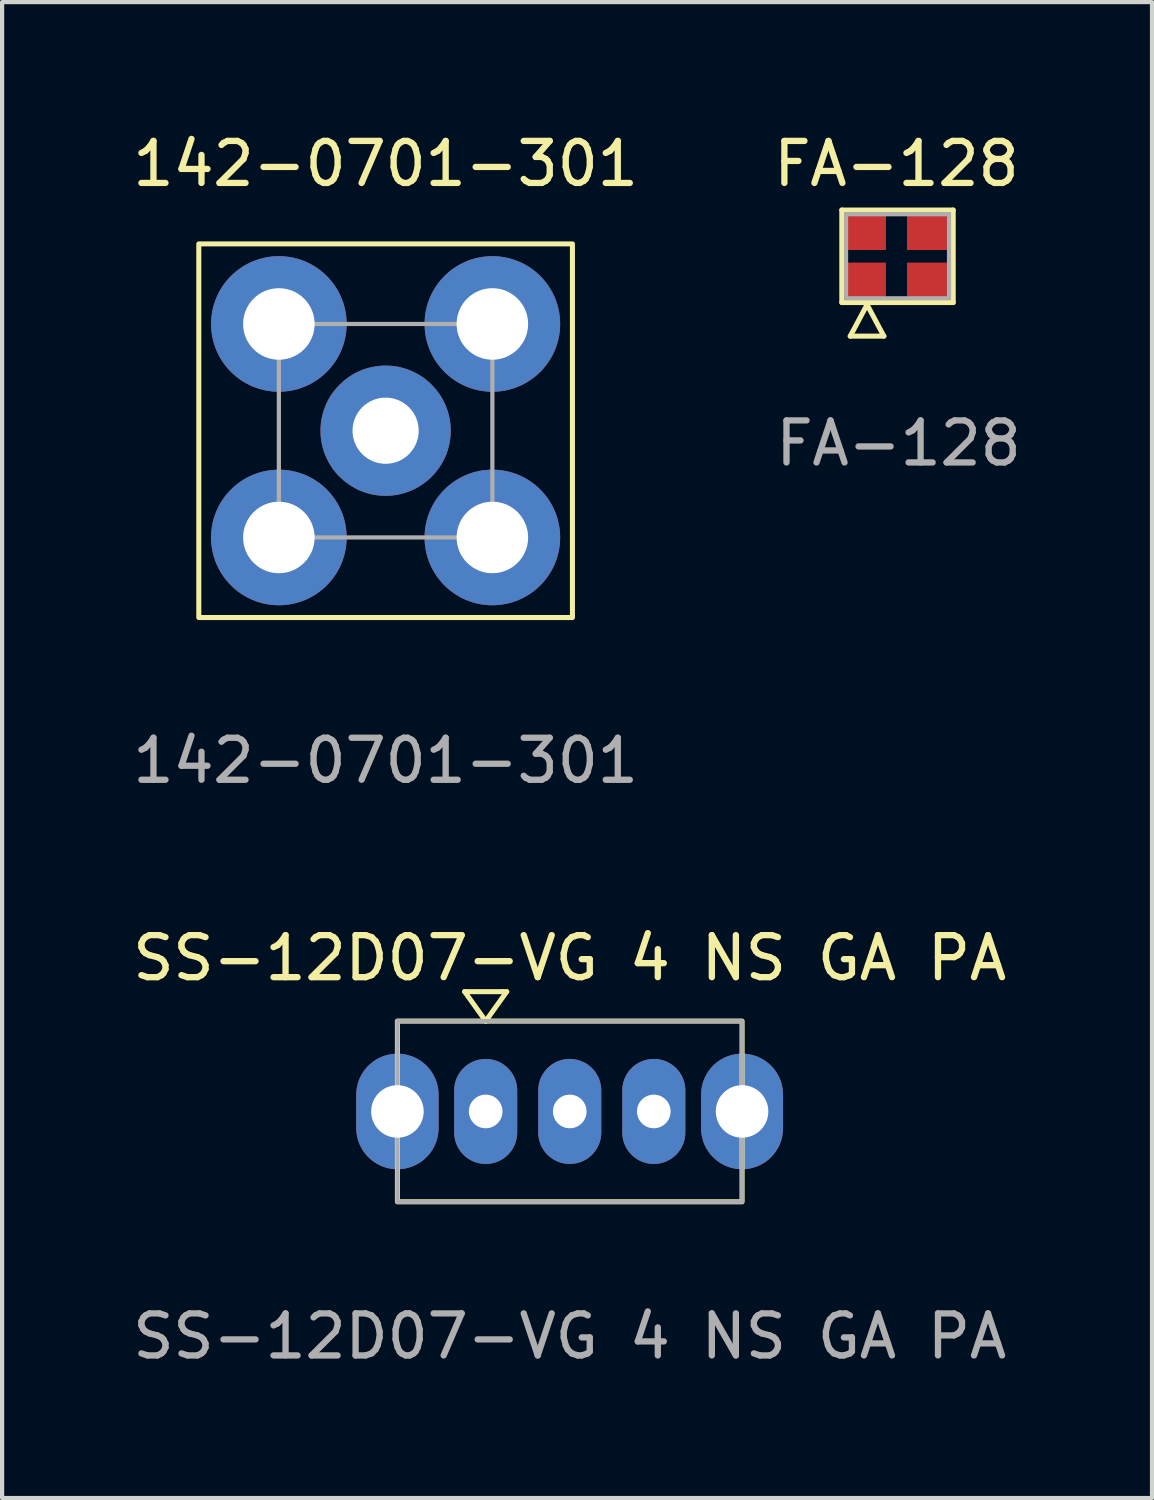
<source format=kicad_pcb>
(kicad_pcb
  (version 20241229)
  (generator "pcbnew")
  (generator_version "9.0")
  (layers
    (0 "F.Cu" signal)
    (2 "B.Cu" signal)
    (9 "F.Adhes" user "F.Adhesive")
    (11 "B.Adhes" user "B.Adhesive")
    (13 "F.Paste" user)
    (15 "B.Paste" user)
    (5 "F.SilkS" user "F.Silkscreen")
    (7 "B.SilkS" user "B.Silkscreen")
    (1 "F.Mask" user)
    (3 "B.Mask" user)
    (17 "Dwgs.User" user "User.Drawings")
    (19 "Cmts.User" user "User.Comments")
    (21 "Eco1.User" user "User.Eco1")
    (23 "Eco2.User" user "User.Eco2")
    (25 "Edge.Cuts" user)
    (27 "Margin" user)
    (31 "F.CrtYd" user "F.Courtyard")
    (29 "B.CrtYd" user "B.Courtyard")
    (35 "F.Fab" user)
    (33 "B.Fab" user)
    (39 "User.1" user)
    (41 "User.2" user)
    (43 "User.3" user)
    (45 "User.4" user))
  (footprint "142-0701-301"
    (layer "F.Cu")
    (at 6.125 7.198)
    (property "Reference" "142-0701-301" (at 0 -6.35 0) (unlocked yes) (layer "F.SilkS") (effects (font (size 1 1) (thickness 0.15))))
    (attr through_hole)
    (fp_rect (start -4.445 -4.445) (end 4.445 4.445) (stroke (width 0.12) (type solid)) (fill no) (layer "F.SilkS"))
    (fp_rect (start -2.54 -2.54) (end 2.54 2.54) (stroke (width 0.1) (type solid)) (fill no) (layer "F.Fab"))
    (fp_text user "${REFERENCE}" (at 0 7.85 0) (unlocked yes) (layer "F.Fab") (effects (font (size 1 1) (thickness 0.15))))
    (pad "" thru_hole circle (at -2.54 -2.54) (size 3.226 3.226) (drill 1.702) (layers "*.Cu" "*.Mask"))
    (pad "" thru_hole circle (at -2.54 2.54) (size 3.226 3.226) (drill 1.702) (layers "*.Cu" "*.Mask"))
    (pad "" thru_hole circle (at 2.54 -2.54) (size 3.226 3.226) (drill 1.702) (layers "*.Cu" "*.Mask"))
    (pad "" thru_hole circle (at 2.54 2.54) (size 3.226 3.226) (drill 1.702) (layers "*.Cu" "*.Mask"))
    (pad "1" thru_hole circle (at 0 0) (size 3.099 3.099) (drill 1.575) (layers "*.Cu" "*.Mask")))
  (footprint "SS-12D07-VG 4 NS GA PA"
    (layer "F.Cu")
    (at 10.506 23.345)
    (property "Reference" "SS-12D07-VG 4 NS GA PA" (at 0 -3.6 0) (unlocked yes) (layer "F.SilkS") (effects (font (size 1 1) (thickness 0.15))))
    (attr through_hole)
    (fp_line (start -2 -2.1) (end -2.5 -2.8) (stroke (width 0.12) (type solid)) (layer "F.SilkS"))
    (fp_line (start -2 -2.1) (end -1.5 -2.8) (stroke (width 0.12) (type solid)) (layer "F.SilkS"))
    (fp_line (start -1.6 -2.8) (end -2.5 -2.8) (stroke (width 0.12) (type solid)) (layer "F.SilkS"))
    (fp_line (start -1.5 -2.8) (end -1.6 -2.8) (stroke (width 0.12) (type solid)) (layer "F.SilkS"))
    (fp_rect (start 4.1 -2.1) (end -4.1 2.2) (stroke (width 0.12) (type solid)) (fill no) (layer "F.SilkS"))
    (fp_rect (start 4.1 -2.1) (end -4.1 2.2) (stroke (width 0.1) (type solid)) (fill no) (layer "F.Fab"))
    (fp_text user "${REFERENCE}" (at 0 5.4 0) (unlocked yes) (layer "F.Fab") (effects (font (size 1 1) (thickness 0.15))))
    (pad "" thru_hole oval (at -4.1 0.05) (size 1.96 2.75) (drill 1.25) (layers "*.Cu" "*.Mask"))
    (pad "" thru_hole oval (at 4.1 0.05) (size 1.95 2.75) (drill 1.25) (layers "*.Cu" "*.Mask"))
    (pad "1" thru_hole oval (at -2 0.05) (size 1.5 2.5) (drill 0.8) (layers "*.Cu" "*.Mask"))
    (pad "2" thru_hole oval (at 0 0.05) (size 1.5 2.5) (drill 0.8) (layers "*.Cu" "*.Mask"))
    (pad "3" thru_hole oval (at 2 0.05) (size 1.5 2.5) (drill 0.8) (layers "*.Cu" "*.Mask")))
  (footprint "FA-128"
    (layer "F.Cu")
    (at 18.28 3.048)
    (property "Reference" "FA-128" (at 0 -2.2 0) (unlocked yes) (layer "F.SilkS") (effects (font (size 1 1) (thickness 0.15))))
    (attr smd)
    (fp_line (start -1.3 1.1) (end -1.3 -1.1) (stroke (width 0.12) (type solid)) (layer "F.SilkS"))
    (fp_line (start -0.7 1.15) (end -1.1 1.9) (stroke (width 0.12) (type solid)) (layer "F.SilkS"))
    (fp_line (start -0.7 1.15) (end -0.3 1.9) (stroke (width 0.12) (type solid)) (layer "F.SilkS"))
    (fp_line (start -0.3 1.9) (end -1.1 1.9) (stroke (width 0.12) (type solid)) (layer "F.SilkS"))
    (fp_line (start 1.35 -1.1) (end -1.3 -1.1) (stroke (width 0.12) (type solid)) (layer "F.SilkS"))
    (fp_line (start 1.35 -1.1) (end 1.35 1.1) (stroke (width 0.12) (type solid)) (layer "F.SilkS"))
    (fp_line (start 1.35 1.1) (end -1.3 1.1) (stroke (width 0.12) (type solid)) (layer "F.SilkS"))
    (fp_rect (start -1.2 -1) (end 1.25 1) (stroke (width 0.1) (type solid)) (fill no) (layer "F.Fab"))
    (fp_text user "${REFERENCE}" (at 0.05 4.45 0) (unlocked yes) (layer "F.Fab") (effects (font (size 1 1) (thickness 0.15))))
    (pad "1" smd rect (at -0.725 0.575) (size 0.95 0.85) (layers "F.Cu" "F.Mask" "F.Paste"))
    (pad "2" smd rect (at 0.725 0.575) (size 0.95 0.85) (layers "F.Cu" "F.Mask" "F.Paste"))
    (pad "3" smd rect (at 0.725 -0.575) (size 0.95 0.85) (layers "F.Cu" "F.Mask" "F.Paste"))
    (pad "4" smd rect (at -0.725 -0.575) (size 0.95 0.85) (layers "F.Cu" "F.Mask" "F.Paste")))
  (gr_rect
    (start -3 -3)
    (end 24.36 32.593)
    (stroke (width 0.1) (type default))
    (fill no)
    (layer "Edge.Cuts")))
</source>
